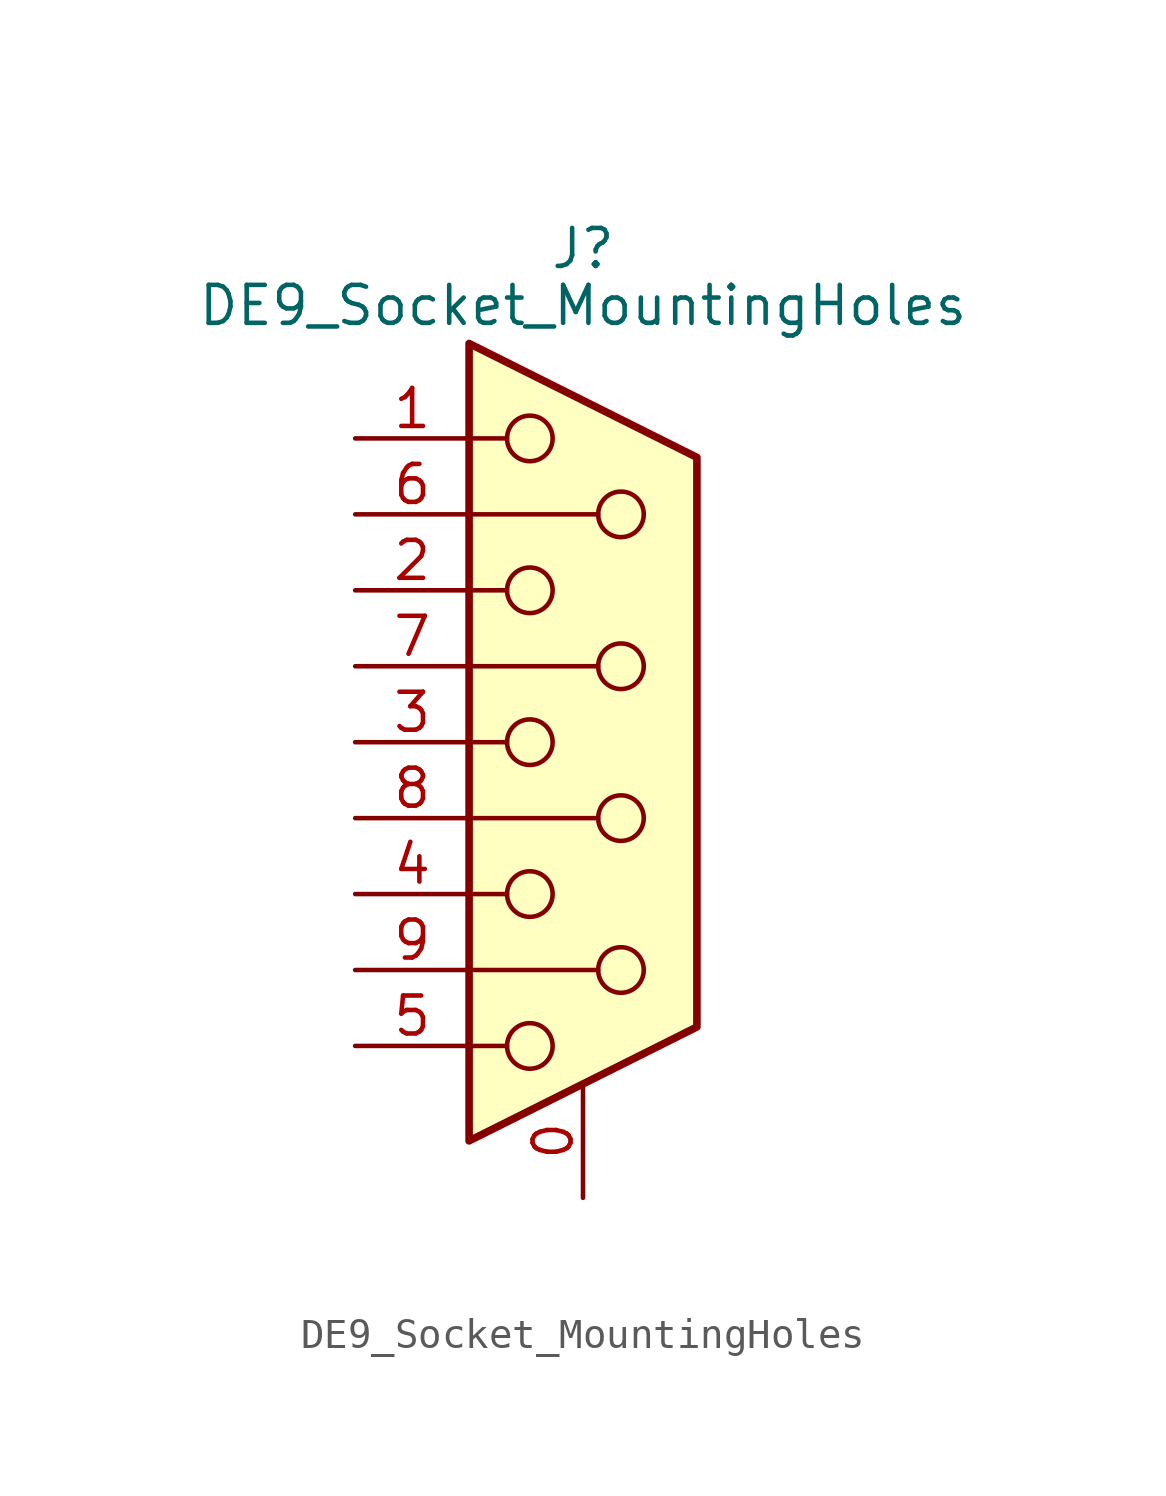
<source format=kicad_sym>
(kicad_symbol_lib
  (version 20241209)
  (generator "kicad_symbol_editor")
  (generator_version "9.0")
  (symbol "DE9_Socket_MountingHoles"
    (pin_names
      (offset 1.016)
      (hide yes))
    (property "Reference" "J"
      (at 0 16.51 0)
      (effects (font (size 1.27 1.27))))
    (property "Value" "DE9_Socket_MountingHoles"
      (at 0 14.605 0)
      (effects (font (size 1.27 1.27))))
    (symbol "DE9_Socket_MountingHoles_0_1"
      (polyline (pts (xy -3.81 13.335) (xy -3.81 -13.335) (xy 3.81 -9.525) (xy 3.81 9.525) (xy -3.81 13.335)) (stroke (width 0.254) (type default)) (fill (type background)))
      (polyline (pts (xy -3.81 10.16) (xy -2.54 10.16)) (stroke (width 0) (type default)) (fill (type none)))
      (polyline (pts (xy -3.81 7.62) (xy 0.508 7.62)) (stroke (width 0) (type default)) (fill (type none)))
      (polyline (pts (xy -3.81 5.08) (xy -2.54 5.08)) (stroke (width 0) (type default)) (fill (type none)))
      (polyline (pts (xy -3.81 2.54) (xy 0.508 2.54)) (stroke (width 0) (type default)) (fill (type none)))
      (polyline (pts (xy -3.81 0) (xy -2.54 0)) (stroke (width 0) (type default)) (fill (type none)))
      (polyline (pts (xy -3.81 -2.54) (xy 0.508 -2.54)) (stroke (width 0) (type default)) (fill (type none)))
      (polyline (pts (xy -3.81 -5.08) (xy -2.54 -5.08)) (stroke (width 0) (type default)) (fill (type none)))
      (polyline (pts (xy -3.81 -7.62) (xy 0.508 -7.62)) (stroke (width 0) (type default)) (fill (type none)))
      (polyline (pts (xy -3.81 -10.16) (xy -2.54 -10.16)) (stroke (width 0) (type default)) (fill (type none)))
      (circle (center -1.778 10.16) (radius 0.762) (stroke (width 0) (type default)) (fill (type none)))
      (circle (center -1.778 5.08) (radius 0.762) (stroke (width 0) (type default)) (fill (type none)))
      (circle (center -1.778 0) (radius 0.762) (stroke (width 0) (type default)) (fill (type none)))
      (circle (center -1.778 -5.08) (radius 0.762) (stroke (width 0) (type default)) (fill (type none)))
      (circle (center -1.778 -10.16) (radius 0.762) (stroke (width 0) (type default)) (fill (type none)))
      (circle (center 1.27 7.62) (radius 0.762) (stroke (width 0) (type default)) (fill (type none)))
      (circle (center 1.27 2.54) (radius 0.762) (stroke (width 0) (type default)) (fill (type none)))
      (circle (center 1.27 -2.54) (radius 0.762) (stroke (width 0) (type default)) (fill (type none)))
      (circle (center 1.27 -7.62) (radius 0.762) (stroke (width 0) (type default)) (fill (type none))))
    (symbol "DE9_Socket_MountingHoles_1_1"
      (pin passive line (at -7.62 10.16 0) (length 3.81) (name "1" (effects (font (size 1.27 1.27)))) (number "1" (effects (font (size 1.27 1.27)))))
      (pin passive line (at -7.62 7.62 0) (length 3.81) (name "6" (effects (font (size 1.27 1.27)))) (number "6" (effects (font (size 1.27 1.27)))))
      (pin passive line (at -7.62 5.08 0) (length 3.81) (name "2" (effects (font (size 1.27 1.27)))) (number "2" (effects (font (size 1.27 1.27)))))
      (pin passive line (at -7.62 2.54 0) (length 3.81) (name "7" (effects (font (size 1.27 1.27)))) (number "7" (effects (font (size 1.27 1.27)))))
      (pin passive line (at -7.62 0 0) (length 3.81) (name "3" (effects (font (size 1.27 1.27)))) (number "3" (effects (font (size 1.27 1.27)))))
      (pin passive line (at -7.62 -2.54 0) (length 3.81) (name "8" (effects (font (size 1.27 1.27)))) (number "8" (effects (font (size 1.27 1.27)))))
      (pin passive line (at -7.62 -5.08 0) (length 3.81) (name "4" (effects (font (size 1.27 1.27)))) (number "4" (effects (font (size 1.27 1.27)))))
      (pin passive line (at -7.62 -7.62 0) (length 3.81) (name "9" (effects (font (size 1.27 1.27)))) (number "9" (effects (font (size 1.27 1.27)))))
      (pin passive line (at -7.62 -10.16 0) (length 3.81) (name "5" (effects (font (size 1.27 1.27)))) (number "5" (effects (font (size 1.27 1.27)))))
      (pin passive line (at 0 -15.24 90) (length 3.81) (name "PAD" (effects (font (size 1.27 1.27)))) (number "0" (effects (font (size 1.27 1.27))))))))
</source>
